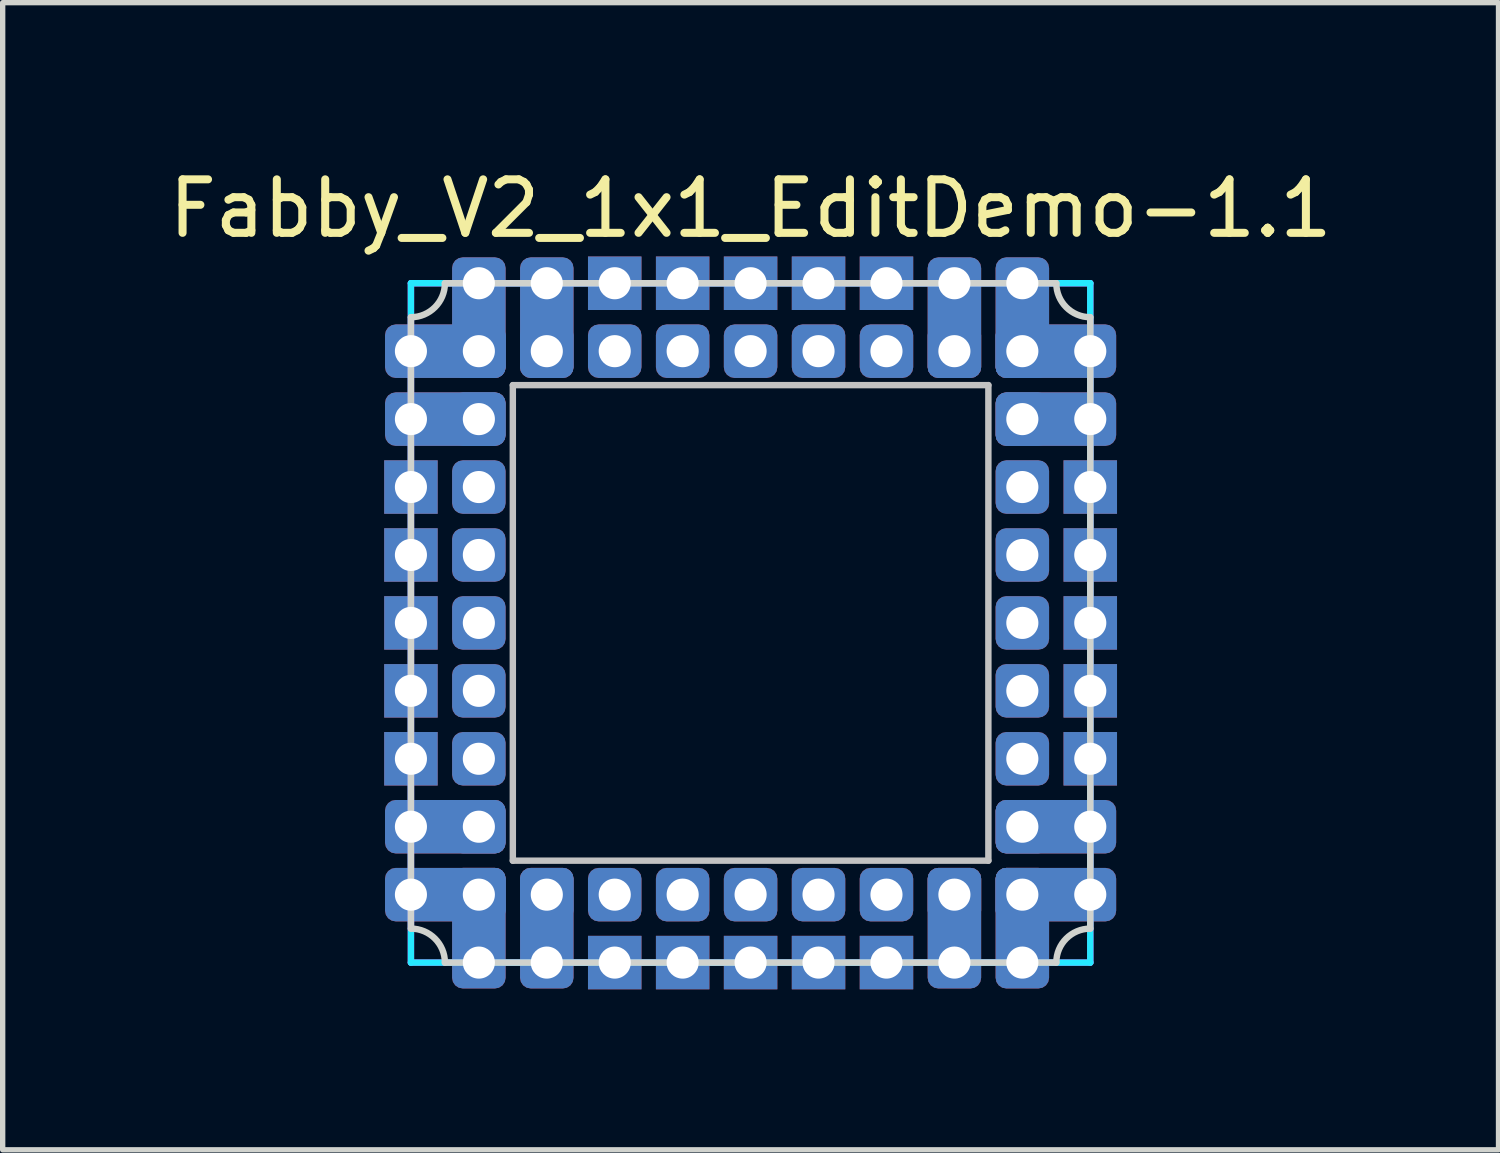
<source format=kicad_pcb>
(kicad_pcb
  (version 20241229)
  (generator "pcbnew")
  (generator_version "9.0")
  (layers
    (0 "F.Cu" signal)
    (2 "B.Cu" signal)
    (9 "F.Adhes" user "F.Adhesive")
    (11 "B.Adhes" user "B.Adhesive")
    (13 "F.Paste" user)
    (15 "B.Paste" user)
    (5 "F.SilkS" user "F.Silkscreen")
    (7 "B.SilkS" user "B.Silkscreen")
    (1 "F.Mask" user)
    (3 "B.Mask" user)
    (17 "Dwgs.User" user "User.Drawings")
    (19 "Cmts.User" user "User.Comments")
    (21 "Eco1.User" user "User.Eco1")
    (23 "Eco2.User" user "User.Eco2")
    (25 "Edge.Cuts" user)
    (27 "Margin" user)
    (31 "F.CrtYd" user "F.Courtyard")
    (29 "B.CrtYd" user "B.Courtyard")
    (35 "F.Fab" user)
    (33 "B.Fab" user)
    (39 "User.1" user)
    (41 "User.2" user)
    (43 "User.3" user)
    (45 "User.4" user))
  (footprint "Fabby_V2_1x1_EditDemo-1.1"
    (layer "F.Cu")
    (at 10.982 8.595)
    (property "Reference" "Fabby_V2_1x1_EditDemo-1.1" (at 0 -7.747 0) (layer "F.SilkS") (effects (font (size 1 1) (thickness 0.15))))
    (attr through_hole)
    (fp_line (start -4.445 -4.445) (end 4.445 -4.445) (stroke (width 0.12) (type solid)) (layer "Dwgs.User"))
    (fp_line (start -4.445 4.445) (end -4.445 -4.445) (stroke (width 0.12) (type solid)) (layer "Dwgs.User"))
    (fp_line (start 4.445 -4.445) (end 4.445 4.445) (stroke (width 0.12) (type solid)) (layer "Dwgs.User"))
    (fp_line (start 4.445 4.445) (end -4.445 4.445) (stroke (width 0.12) (type solid)) (layer "Dwgs.User"))
    (fp_line (start -6.35 -5.715) (end -6.35 5.715) (stroke (width 0.12) (type solid)) (layer "Edge.Cuts"))
    (fp_line (start -5.715 -6.35) (end 5.715 -6.35) (stroke (width 0.12) (type solid)) (layer "Edge.Cuts"))
    (fp_line (start 5.715 6.35) (end -5.715 6.35) (stroke (width 0.12) (type solid)) (layer "Edge.Cuts"))
    (fp_line (start 6.35 -5.715) (end 6.35 5.715) (stroke (width 0.12) (type solid)) (layer "Edge.Cuts"))
    (fp_arc (start -6.35 5.715) (mid -5.900987 5.900987) (end -5.715 6.35) (stroke (width 0.12) (type solid)) (layer "Edge.Cuts"))
    (fp_arc (start -5.715 -6.35) (mid -5.900987 -5.900987) (end -6.35 -5.715) (stroke (width 0.12) (type solid)) (layer "Edge.Cuts"))
    (fp_arc (start 5.715 6.35) (mid 5.900987 5.900987) (end 6.35 5.715) (stroke (width 0.12) (type solid)) (layer "Edge.Cuts"))
    (fp_arc (start 6.35 -5.715) (mid 5.900987 -5.900987) (end 5.715 -6.35) (stroke (width 0.12) (type solid)) (layer "Edge.Cuts"))
    (fp_line (start -6.35 -6.35) (end 6.35 -6.35) (stroke (width 0.12) (type solid)) (layer "B.CrtYd"))
    (fp_line (start -6.35 6.35) (end -6.35 -6.35) (stroke (width 0.12) (type solid)) (layer "B.CrtYd"))
    (fp_line (start 6.35 -6.35) (end 6.35 6.35) (stroke (width 0.12) (type solid)) (layer "B.CrtYd"))
    (fp_line (start 6.35 6.35) (end -6.35 6.35) (stroke (width 0.12) (type solid)) (layer "B.CrtYd"))
    (fp_line (start -6.35 -6.35) (end 6.35 -6.35) (stroke (width 0.12) (type solid)) (layer "F.CrtYd"))
    (fp_line (start -6.35 6.35) (end -6.35 -6.35) (stroke (width 0.12) (type solid)) (layer "F.CrtYd"))
    (fp_line (start 6.35 -6.35) (end 6.35 6.35) (stroke (width 0.12) (type solid)) (layer "F.CrtYd"))
    (fp_line (start 6.35 6.35) (end -6.35 6.35) (stroke (width 0.12) (type solid)) (layer "F.CrtYd"))
    (pad "1" thru_hole roundrect (at -6.35 -5.08 270) (size 1 2.254) (drill 0.6 (offset 0 -0.643)) (layers "*.Cu" "*.Mask") (roundrect_rratio 0.2))
    (pad "1" thru_hole roundrect (at -5.08 -6.35 180) (size 1 2.254) (drill 0.6 (offset 0 -0.643)) (layers "*.Cu" "*.Mask") (roundrect_rratio 0.2))
    (pad "1" thru_hole roundrect (at -5.08 -5.08 180) (size 1 1) (drill 0.6) (layers "*.Cu" "*.Mask") (roundrect_rratio 0.2))
    (pad "2" thru_hole roundrect (at -6.35 -3.81 270) (size 1 2.254) (drill 0.6 (offset 0 -0.643)) (layers "*.Cu" "*.Mask") (roundrect_rratio 0.2))
    (pad "2" thru_hole roundrect (at -5.08 -3.81 270) (size 1 1) (drill 0.6) (layers "*.Cu" "*.Mask") (roundrect_rratio 0.2))
    (pad "3" thru_hole rect (at -6.35 -2.54 270) (size 1 1) (drill 0.6) (layers "*.Cu" "*.Mask"))
    (pad "3" thru_hole roundrect (at -5.08 -2.54 270) (size 1 1) (drill 0.6) (layers "*.Cu" "*.Mask") (roundrect_rratio 0.2))
    (pad "4" thru_hole rect (at -6.35 -1.27 270) (size 1 1) (drill 0.6) (layers "*.Cu" "*.Mask"))
    (pad "4" thru_hole roundrect (at -5.08 -1.27 270) (size 1 1) (drill 0.6) (layers "*.Cu" "*.Mask") (roundrect_rratio 0.2))
    (pad "5" thru_hole rect (at -6.35 0 270) (size 1 1) (drill 0.6) (layers "*.Cu" "*.Mask"))
    (pad "5" thru_hole roundrect (at -5.08 0 270) (size 1 1) (drill 0.6) (layers "*.Cu" "*.Mask") (roundrect_rratio 0.2))
    (pad "6" thru_hole rect (at -6.35 1.27 270) (size 1 1) (drill 0.6) (layers "*.Cu" "*.Mask"))
    (pad "6" thru_hole roundrect (at -5.08 1.27 270) (size 1 1) (drill 0.6) (layers "*.Cu" "*.Mask") (roundrect_rratio 0.2))
    (pad "7" thru_hole rect (at -6.35 2.54 270) (size 1 1) (drill 0.6) (layers "*.Cu" "*.Mask"))
    (pad "7" thru_hole roundrect (at -5.08 2.54 270) (size 1 1) (drill 0.6) (layers "*.Cu" "*.Mask") (roundrect_rratio 0.2))
    (pad "8" thru_hole roundrect (at -6.35 3.81 270) (size 1 2.254) (drill 0.6 (offset 0 -0.643)) (layers "*.Cu" "*.Mask") (roundrect_rratio 0.2))
    (pad "8" thru_hole roundrect (at -5.08 3.81 270) (size 1 1) (drill 0.6) (layers "*.Cu" "*.Mask") (roundrect_rratio 0.2))
    (pad "9" thru_hole roundrect (at -6.35 5.08 270) (size 1 2.254) (drill 0.6 (offset 0 -0.643)) (layers "*.Cu" "*.Mask") (roundrect_rratio 0.2))
    (pad "9" thru_hole roundrect (at -5.08 5.08 270) (size 1 1) (drill 0.6) (layers "*.Cu" "*.Mask") (roundrect_rratio 0.2))
    (pad "9" thru_hole roundrect (at -5.08 6.35) (size 1 2.254) (drill 0.6 (offset 0 -0.643)) (layers "*.Cu" "*.Mask") (roundrect_rratio 0.2))
    (pad "10" thru_hole roundrect (at -3.81 5.08 270) (size 1 1) (drill 0.6) (layers "*.Cu" "*.Mask") (roundrect_rratio 0.2))
    (pad "10" thru_hole roundrect (at -3.81 6.35) (size 1 2.254) (drill 0.6 (offset 0 -0.643)) (layers "*.Cu" "*.Mask") (roundrect_rratio 0.2))
    (pad "11" thru_hole roundrect (at -2.54 5.08) (size 1 1) (drill 0.6) (layers "*.Cu" "*.Mask") (roundrect_rratio 0.2))
    (pad "11" thru_hole rect (at -2.54 6.35) (size 1 1) (drill 0.6) (layers "*.Cu" "*.Mask"))
    (pad "12" thru_hole roundrect (at -1.27 5.08) (size 1 1) (drill 0.6) (layers "*.Cu" "*.Mask") (roundrect_rratio 0.2))
    (pad "12" thru_hole rect (at -1.27 6.35) (size 1 1) (drill 0.6) (layers "*.Cu" "*.Mask"))
    (pad "13" thru_hole roundrect (at 0 5.08) (size 1 1) (drill 0.6) (layers "*.Cu" "*.Mask") (roundrect_rratio 0.2))
    (pad "13" thru_hole rect (at 0 6.35) (size 1 1) (drill 0.6) (layers "*.Cu" "*.Mask"))
    (pad "14" thru_hole roundrect (at 1.27 5.08) (size 1 1) (drill 0.6) (layers "*.Cu" "*.Mask") (roundrect_rratio 0.2))
    (pad "14" thru_hole rect (at 1.27 6.35) (size 1 1) (drill 0.6) (layers "*.Cu" "*.Mask"))
    (pad "15" thru_hole roundrect (at 2.54 5.08) (size 1 1) (drill 0.6) (layers "*.Cu" "*.Mask") (roundrect_rratio 0.2))
    (pad "15" thru_hole rect (at 2.54 6.35) (size 1 1) (drill 0.6) (layers "*.Cu" "*.Mask"))
    (pad "16" thru_hole roundrect (at 3.81 5.08 270) (size 1 1) (drill 0.6) (layers "*.Cu" "*.Mask") (roundrect_rratio 0.2))
    (pad "16" thru_hole roundrect (at 3.81 6.35) (size 1 2.254) (drill 0.6 (offset 0 -0.643)) (layers "*.Cu" "*.Mask") (roundrect_rratio 0.2))
    (pad "17" thru_hole roundrect (at 5.08 5.08 90) (size 1 1) (drill 0.6) (layers "*.Cu" "*.Mask") (roundrect_rratio 0.2))
    (pad "17" thru_hole roundrect (at 5.08 6.35) (size 1 2.254) (drill 0.6 (offset 0 -0.643)) (layers "*.Cu" "*.Mask") (roundrect_rratio 0.2))
    (pad "17" thru_hole roundrect (at 6.35 5.08 90) (size 1 2.254) (drill 0.6 (offset 0 -0.643)) (layers "*.Cu" "*.Mask") (roundrect_rratio 0.2))
    (pad "18" thru_hole roundrect (at 5.08 3.81 90) (size 1 1) (drill 0.6) (layers "*.Cu" "*.Mask") (roundrect_rratio 0.2))
    (pad "18" thru_hole roundrect (at 6.35 3.81 90) (size 1 2.254) (drill 0.6 (offset 0 -0.643)) (layers "*.Cu" "*.Mask") (roundrect_rratio 0.2))
    (pad "19" thru_hole roundrect (at 5.08 2.54 90) (size 1 1) (drill 0.6) (layers "*.Cu" "*.Mask") (roundrect_rratio 0.2))
    (pad "19" thru_hole rect (at 6.35 2.54 90) (size 1 1) (drill 0.6) (layers "*.Cu" "*.Mask"))
    (pad "20" thru_hole roundrect (at 5.08 1.27 90) (size 1 1) (drill 0.6) (layers "*.Cu" "*.Mask") (roundrect_rratio 0.2))
    (pad "20" thru_hole rect (at 6.35 1.27 90) (size 1 1) (drill 0.6) (layers "*.Cu" "*.Mask"))
    (pad "21" thru_hole roundrect (at 5.08 0 90) (size 1 1) (drill 0.6) (layers "*.Cu" "*.Mask") (roundrect_rratio 0.2))
    (pad "21" thru_hole rect (at 6.35 0 90) (size 1 1) (drill 0.6) (layers "*.Cu" "*.Mask"))
    (pad "22" thru_hole roundrect (at 5.08 -1.27 90) (size 1 1) (drill 0.6) (layers "*.Cu" "*.Mask") (roundrect_rratio 0.2))
    (pad "22" thru_hole rect (at 6.35 -1.27 90) (size 1 1) (drill 0.6) (layers "*.Cu" "*.Mask"))
    (pad "23" thru_hole roundrect (at 5.08 -2.54 90) (size 1 1) (drill 0.6) (layers "*.Cu" "*.Mask") (roundrect_rratio 0.2))
    (pad "23" thru_hole rect (at 6.35 -2.54 90) (size 1 1) (drill 0.6) (layers "*.Cu" "*.Mask"))
    (pad "24" thru_hole roundrect (at 5.08 -3.81 90) (size 1 1) (drill 0.6) (layers "*.Cu" "*.Mask") (roundrect_rratio 0.2))
    (pad "24" thru_hole roundrect (at 6.35 -3.81 90) (size 1 2.254) (drill 0.6 (offset 0 -0.643)) (layers "*.Cu" "*.Mask") (roundrect_rratio 0.2))
    (pad "25" thru_hole roundrect (at 5.08 -6.35 180) (size 1 2.254) (drill 0.6 (offset 0 -0.643)) (layers "*.Cu" "*.Mask") (roundrect_rratio 0.2))
    (pad "25" thru_hole roundrect (at 5.08 -5.08 180) (size 1 1) (drill 0.6) (layers "*.Cu" "*.Mask") (roundrect_rratio 0.2))
    (pad "25" thru_hole roundrect (at 6.35 -5.08 90) (size 1 2.254) (drill 0.6 (offset 0 -0.643)) (layers "*.Cu" "*.Mask") (roundrect_rratio 0.2))
    (pad "26" thru_hole roundrect (at 3.81 -6.35 180) (size 1 2.254) (drill 0.6 (offset 0 -0.643)) (layers "*.Cu" "*.Mask") (roundrect_rratio 0.2))
    (pad "26" thru_hole roundrect (at 3.81 -5.08 180) (size 1 1) (drill 0.6) (layers "*.Cu" "*.Mask") (roundrect_rratio 0.2))
    (pad "27" thru_hole rect (at 2.54 -6.35 180) (size 1 1) (drill 0.6) (layers "*.Cu" "*.Mask"))
    (pad "27" thru_hole roundrect (at 2.54 -5.08 180) (size 1 1) (drill 0.6) (layers "*.Cu" "*.Mask") (roundrect_rratio 0.2))
    (pad "28" thru_hole rect (at 1.27 -6.35 180) (size 1 1) (drill 0.6) (layers "*.Cu" "*.Mask"))
    (pad "28" thru_hole roundrect (at 1.27 -5.08 180) (size 1 1) (drill 0.6) (layers "*.Cu" "*.Mask") (roundrect_rratio 0.2))
    (pad "29" thru_hole rect (at 0 -6.35 180) (size 1 1) (drill 0.6) (layers "*.Cu" "*.Mask"))
    (pad "29" thru_hole roundrect (at 0 -5.08 180) (size 1 1) (drill 0.6) (layers "*.Cu" "*.Mask") (roundrect_rratio 0.2))
    (pad "30" thru_hole rect (at -1.27 -6.35 180) (size 1 1) (drill 0.6) (layers "*.Cu" "*.Mask"))
    (pad "30" thru_hole roundrect (at -1.27 -5.08 180) (size 1 1) (drill 0.6) (layers "*.Cu" "*.Mask") (roundrect_rratio 0.2))
    (pad "31" thru_hole rect (at -2.54 -6.35 180) (size 1 1) (drill 0.6) (layers "*.Cu" "*.Mask"))
    (pad "31" thru_hole roundrect (at -2.54 -5.08 180) (size 1 1) (drill 0.6) (layers "*.Cu" "*.Mask") (roundrect_rratio 0.2))
    (pad "32" thru_hole roundrect (at -3.81 -6.35 180) (size 1 2.254) (drill 0.6 (offset 0 -0.643)) (layers "*.Cu" "*.Mask") (roundrect_rratio 0.2))
    (pad "32" thru_hole roundrect (at -3.81 -5.08 180) (size 1 1) (drill 0.6) (layers "*.Cu" "*.Mask") (roundrect_rratio 0.2)))
  (gr_rect
    (start -3 -3)
    (end 24.964 18.445)
    (stroke (width 0.1) (type default))
    (fill no)
    (layer "Edge.Cuts")))
</source>
